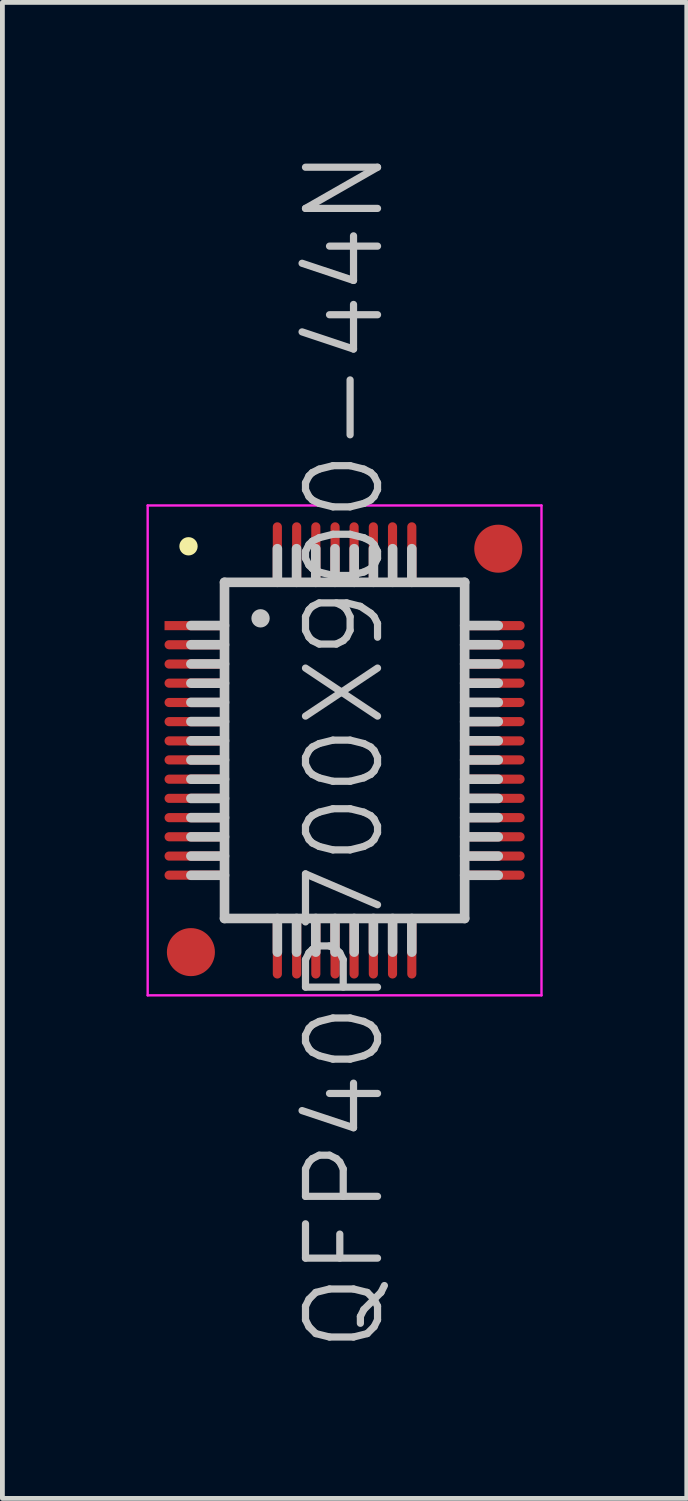
<source format=kicad_pcb>
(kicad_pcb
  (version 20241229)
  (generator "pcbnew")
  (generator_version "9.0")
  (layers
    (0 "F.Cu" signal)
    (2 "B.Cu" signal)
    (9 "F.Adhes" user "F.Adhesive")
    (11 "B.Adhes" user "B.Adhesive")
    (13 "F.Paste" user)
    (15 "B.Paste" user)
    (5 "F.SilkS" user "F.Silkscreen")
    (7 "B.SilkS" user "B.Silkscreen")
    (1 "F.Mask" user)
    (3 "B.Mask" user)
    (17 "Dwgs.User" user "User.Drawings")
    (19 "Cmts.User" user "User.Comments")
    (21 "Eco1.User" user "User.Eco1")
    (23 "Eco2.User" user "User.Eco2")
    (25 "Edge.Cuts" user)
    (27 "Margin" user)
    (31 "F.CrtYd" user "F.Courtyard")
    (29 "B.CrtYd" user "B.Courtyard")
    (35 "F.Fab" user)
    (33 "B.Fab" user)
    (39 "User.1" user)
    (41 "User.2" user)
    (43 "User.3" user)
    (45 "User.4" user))
  (footprint "QFP40P700X900-44N"
    (layer "F.Cu")
    (at 4.125 12.575)
    (property "Reference" "QFP40P700X900-44N" (at 0 0 90) (layer "Dwgs.User") (effects (font (size 1.5 1.5) (thickness 0.15))))
    (attr smd)
    (fp_line (start -3.25 -4.25) (end -3.25 -4.25) (stroke (width 0.381) (type solid)) (layer "F.SilkS"))
    (fp_line (start -2.5 -3.5) (end -2.5 3.5) (stroke (width 0.2) (type solid)) (layer "Dwgs.User"))
    (fp_line (start -2.5 -3.5) (end 2.5 -3.5) (stroke (width 0.2) (type solid)) (layer "Dwgs.User"))
    (fp_line (start -2.5 -2.6) (end -3.2 -2.6) (stroke (width 0.2) (type solid)) (layer "Dwgs.User"))
    (fp_line (start -2.5 -2.2) (end -3.2 -2.2) (stroke (width 0.2) (type solid)) (layer "Dwgs.User"))
    (fp_line (start -2.5 -1.8) (end -3.2 -1.8) (stroke (width 0.2) (type solid)) (layer "Dwgs.User"))
    (fp_line (start -2.5 -1.4) (end -3.2 -1.4) (stroke (width 0.2) (type solid)) (layer "Dwgs.User"))
    (fp_line (start -2.5 -1) (end -3.2 -1) (stroke (width 0.2) (type solid)) (layer "Dwgs.User"))
    (fp_line (start -2.5 -0.6) (end -3.2 -0.6) (stroke (width 0.2) (type solid)) (layer "Dwgs.User"))
    (fp_line (start -2.5 -0.2) (end -3.2 -0.2) (stroke (width 0.2) (type solid)) (layer "Dwgs.User"))
    (fp_line (start -2.5 0.2) (end -3.2 0.2) (stroke (width 0.2) (type solid)) (layer "Dwgs.User"))
    (fp_line (start -2.5 0.6) (end -3.2 0.6) (stroke (width 0.2) (type solid)) (layer "Dwgs.User"))
    (fp_line (start -2.5 1) (end -3.2 1) (stroke (width 0.2) (type solid)) (layer "Dwgs.User"))
    (fp_line (start -2.5 1.4) (end -3.2 1.4) (stroke (width 0.2) (type solid)) (layer "Dwgs.User"))
    (fp_line (start -2.5 1.8) (end -3.2 1.8) (stroke (width 0.2) (type solid)) (layer "Dwgs.User"))
    (fp_line (start -2.5 2.2) (end -3.2 2.2) (stroke (width 0.2) (type solid)) (layer "Dwgs.User"))
    (fp_line (start -2.5 2.6) (end -3.2 2.6) (stroke (width 0.2) (type solid)) (layer "Dwgs.User"))
    (fp_line (start -2.5 3.5) (end 2.5 3.5) (stroke (width 0.2) (type solid)) (layer "Dwgs.User"))
    (fp_line (start -1.75 -2.75) (end -1.75 -2.75) (stroke (width 0.381) (type solid)) (layer "Dwgs.User"))
    (fp_line (start -1.4 -3.5) (end -1.4 -4.2) (stroke (width 0.2) (type solid)) (layer "Dwgs.User"))
    (fp_line (start -1.4 4.2) (end -1.4 3.5) (stroke (width 0.2) (type solid)) (layer "Dwgs.User"))
    (fp_line (start -1 -3.5) (end -1 -4.2) (stroke (width 0.2) (type solid)) (layer "Dwgs.User"))
    (fp_line (start -1 4.2) (end -1 3.5) (stroke (width 0.2) (type solid)) (layer "Dwgs.User"))
    (fp_line (start -0.6 -3.5) (end -0.6 -4.2) (stroke (width 0.2) (type solid)) (layer "Dwgs.User"))
    (fp_line (start -0.6 4.2) (end -0.6 3.5) (stroke (width 0.2) (type solid)) (layer "Dwgs.User"))
    (fp_line (start -0.2 -3.5) (end -0.2 -4.2) (stroke (width 0.2) (type solid)) (layer "Dwgs.User"))
    (fp_line (start -0.2 4.2) (end -0.2 3.5) (stroke (width 0.2) (type solid)) (layer "Dwgs.User"))
    (fp_line (start 0.2 -3.5) (end 0.2 -4.2) (stroke (width 0.2) (type solid)) (layer "Dwgs.User"))
    (fp_line (start 0.2 4.2) (end 0.2 3.5) (stroke (width 0.2) (type solid)) (layer "Dwgs.User"))
    (fp_line (start 0.6 -3.5) (end 0.6 -4.2) (stroke (width 0.2) (type solid)) (layer "Dwgs.User"))
    (fp_line (start 0.6 4.2) (end 0.6 3.5) (stroke (width 0.2) (type solid)) (layer "Dwgs.User"))
    (fp_line (start 1 -3.5) (end 1 -4.2) (stroke (width 0.2) (type solid)) (layer "Dwgs.User"))
    (fp_line (start 1 4.2) (end 1 3.5) (stroke (width 0.2) (type solid)) (layer "Dwgs.User"))
    (fp_line (start 1.4 -3.5) (end 1.4 -4.2) (stroke (width 0.2) (type solid)) (layer "Dwgs.User"))
    (fp_line (start 1.4 4.2) (end 1.4 3.5) (stroke (width 0.2) (type solid)) (layer "Dwgs.User"))
    (fp_line (start 2.5 -3.5) (end 2.5 3.5) (stroke (width 0.2) (type solid)) (layer "Dwgs.User"))
    (fp_line (start 3.2 -2.6) (end 2.5 -2.6) (stroke (width 0.2) (type solid)) (layer "Dwgs.User"))
    (fp_line (start 3.2 -2.2) (end 2.5 -2.2) (stroke (width 0.2) (type solid)) (layer "Dwgs.User"))
    (fp_line (start 3.2 -1.8) (end 2.5 -1.8) (stroke (width 0.2) (type solid)) (layer "Dwgs.User"))
    (fp_line (start 3.2 -1.4) (end 2.5 -1.4) (stroke (width 0.2) (type solid)) (layer "Dwgs.User"))
    (fp_line (start 3.2 -1) (end 2.5 -1) (stroke (width 0.2) (type solid)) (layer "Dwgs.User"))
    (fp_line (start 3.2 -0.6) (end 2.5 -0.6) (stroke (width 0.2) (type solid)) (layer "Dwgs.User"))
    (fp_line (start 3.2 -0.2) (end 2.5 -0.2) (stroke (width 0.2) (type solid)) (layer "Dwgs.User"))
    (fp_line (start 3.2 0.2) (end 2.5 0.2) (stroke (width 0.2) (type solid)) (layer "Dwgs.User"))
    (fp_line (start 3.2 0.6) (end 2.5 0.6) (stroke (width 0.2) (type solid)) (layer "Dwgs.User"))
    (fp_line (start 3.2 1) (end 2.5 1) (stroke (width 0.2) (type solid)) (layer "Dwgs.User"))
    (fp_line (start 3.2 1.4) (end 2.5 1.4) (stroke (width 0.2) (type solid)) (layer "Dwgs.User"))
    (fp_line (start 3.2 1.8) (end 2.5 1.8) (stroke (width 0.2) (type solid)) (layer "Dwgs.User"))
    (fp_line (start 3.2 2.2) (end 2.5 2.2) (stroke (width 0.2) (type solid)) (layer "Dwgs.User"))
    (fp_line (start 3.2 2.6) (end 2.5 2.6) (stroke (width 0.2) (type solid)) (layer "Dwgs.User"))
    (fp_line (start -4.1 -5.1) (end -4.1 5.1) (stroke (width 0.05) (type solid)) (layer "F.CrtYd"))
    (fp_line (start -4.1 -5.1) (end 4.1 -5.1) (stroke (width 0.05) (type solid)) (layer "F.CrtYd"))
    (fp_line (start -4.1 5.1) (end 4.1 5.1) (stroke (width 0.05) (type solid)) (layer "F.CrtYd"))
    (fp_line (start 4.1 -5.1) (end 4.1 5.1) (stroke (width 0.05) (type solid)) (layer "F.CrtYd"))
    (pad "" smd circle (at -3.2 4.2) (size 1 1) (layers "F.Cu" "F.Mask"))
    (pad "" smd circle (at 3.2 -4.2) (size 1 1) (layers "F.Cu" "F.Mask"))
    (pad "1" smd rect (at -3.099 -2.598 90) (size 0.19 1.3) (layers "F.Cu" "F.Mask" "F.Paste"))
    (pad "2" smd oval (at -3.099 -2.2 90) (size 0.19 1.3) (layers "F.Cu" "F.Mask" "F.Paste"))
    (pad "3" smd oval (at -3.099 -1.798 90) (size 0.19 1.3) (layers "F.Cu" "F.Mask" "F.Paste"))
    (pad "4" smd oval (at -3.099 -1.4 90) (size 0.19 1.3) (layers "F.Cu" "F.Mask" "F.Paste"))
    (pad "5" smd oval (at -3.099 -0.998 90) (size 0.19 1.3) (layers "F.Cu" "F.Mask" "F.Paste"))
    (pad "6" smd oval (at -3.099 -0.599 90) (size 0.19 1.3) (layers "F.Cu" "F.Mask" "F.Paste"))
    (pad "7" smd oval (at -3.099 -0.198 90) (size 0.19 1.3) (layers "F.Cu" "F.Mask" "F.Paste"))
    (pad "8" smd oval (at -3.099 0.198 90) (size 0.19 1.3) (layers "F.Cu" "F.Mask" "F.Paste"))
    (pad "9" smd oval (at -3.099 0.599 90) (size 0.19 1.3) (layers "F.Cu" "F.Mask" "F.Paste"))
    (pad "10" smd oval (at -3.099 0.998 90) (size 0.19 1.3) (layers "F.Cu" "F.Mask" "F.Paste"))
    (pad "11" smd oval (at -3.099 1.4 90) (size 0.19 1.3) (layers "F.Cu" "F.Mask" "F.Paste"))
    (pad "12" smd oval (at -3.099 1.798 90) (size 0.19 1.3) (layers "F.Cu" "F.Mask" "F.Paste"))
    (pad "13" smd oval (at -3.099 2.2 90) (size 0.19 1.3) (layers "F.Cu" "F.Mask" "F.Paste"))
    (pad "14" smd oval (at -3.099 2.598 90) (size 0.19 1.3) (layers "F.Cu" "F.Mask" "F.Paste"))
    (pad "15" smd oval (at -1.4 4.1 180) (size 0.19 1.3) (layers "F.Cu" "F.Mask" "F.Paste"))
    (pad "16" smd oval (at -0.998 4.1 180) (size 0.19 1.3) (layers "F.Cu" "F.Mask" "F.Paste"))
    (pad "17" smd oval (at -0.599 4.1 180) (size 0.19 1.3) (layers "F.Cu" "F.Mask" "F.Paste"))
    (pad "18" smd oval (at -0.198 4.1 180) (size 0.19 1.3) (layers "F.Cu" "F.Mask" "F.Paste"))
    (pad "19" smd oval (at 0.198 4.1 180) (size 0.19 1.3) (layers "F.Cu" "F.Mask" "F.Paste"))
    (pad "20" smd oval (at 0.599 4.1 180) (size 0.19 1.3) (layers "F.Cu" "F.Mask" "F.Paste"))
    (pad "21" smd oval (at 0.998 4.1 180) (size 0.19 1.3) (layers "F.Cu" "F.Mask" "F.Paste"))
    (pad "22" smd oval (at 1.4 4.1 180) (size 0.19 1.3) (layers "F.Cu" "F.Mask" "F.Paste"))
    (pad "23" smd oval (at 3.099 2.598 270) (size 0.19 1.3) (layers "F.Cu" "F.Mask" "F.Paste"))
    (pad "24" smd oval (at 3.099 2.2 270) (size 0.19 1.3) (layers "F.Cu" "F.Mask" "F.Paste"))
    (pad "25" smd oval (at 3.099 1.798 270) (size 0.19 1.3) (layers "F.Cu" "F.Mask" "F.Paste"))
    (pad "26" smd oval (at 3.099 1.4 270) (size 0.19 1.3) (layers "F.Cu" "F.Mask" "F.Paste"))
    (pad "27" smd oval (at 3.099 0.998 270) (size 0.19 1.3) (layers "F.Cu" "F.Mask" "F.Paste"))
    (pad "28" smd oval (at 3.099 0.599 270) (size 0.19 1.3) (layers "F.Cu" "F.Mask" "F.Paste"))
    (pad "29" smd oval (at 3.099 0.198 270) (size 0.19 1.3) (layers "F.Cu" "F.Mask" "F.Paste"))
    (pad "30" smd oval (at 3.099 -0.198 270) (size 0.19 1.3) (layers "F.Cu" "F.Mask" "F.Paste"))
    (pad "31" smd oval (at 3.099 -0.599 270) (size 0.19 1.3) (layers "F.Cu" "F.Mask" "F.Paste"))
    (pad "32" smd oval (at 3.099 -0.998 270) (size 0.19 1.3) (layers "F.Cu" "F.Mask" "F.Paste"))
    (pad "33" smd oval (at 3.099 -1.4 270) (size 0.19 1.3) (layers "F.Cu" "F.Mask" "F.Paste"))
    (pad "34" smd oval (at 3.099 -1.798 270) (size 0.19 1.3) (layers "F.Cu" "F.Mask" "F.Paste"))
    (pad "35" smd oval (at 3.099 -2.2 270) (size 0.19 1.3) (layers "F.Cu" "F.Mask" "F.Paste"))
    (pad "36" smd oval (at 3.099 -2.598 270) (size 0.19 1.3) (layers "F.Cu" "F.Mask" "F.Paste"))
    (pad "37" smd oval (at 1.4 -4.1) (size 0.19 1.3) (layers "F.Cu" "F.Mask" "F.Paste"))
    (pad "38" smd oval (at 0.998 -4.1) (size 0.19 1.3) (layers "F.Cu" "F.Mask" "F.Paste"))
    (pad "39" smd oval (at 0.599 -4.1) (size 0.19 1.3) (layers "F.Cu" "F.Mask" "F.Paste"))
    (pad "40" smd oval (at 0.198 -4.1) (size 0.19 1.3) (layers "F.Cu" "F.Mask" "F.Paste"))
    (pad "41" smd oval (at -0.198 -4.1) (size 0.19 1.3) (layers "F.Cu" "F.Mask" "F.Paste"))
    (pad "42" smd oval (at -0.599 -4.1) (size 0.19 1.3) (layers "F.Cu" "F.Mask" "F.Paste"))
    (pad "43" smd oval (at -0.998 -4.1) (size 0.19 1.3) (layers "F.Cu" "F.Mask" "F.Paste"))
    (pad "44" smd oval (at -1.4 -4.1) (size 0.19 1.3) (layers "F.Cu" "F.Mask" "F.Paste")))
  (gr_rect
    (start -3 -3)
    (end 11.25 28.15)
    (stroke (width 0.1) (type default))
    (fill no)
    (layer "Edge.Cuts")))
</source>
